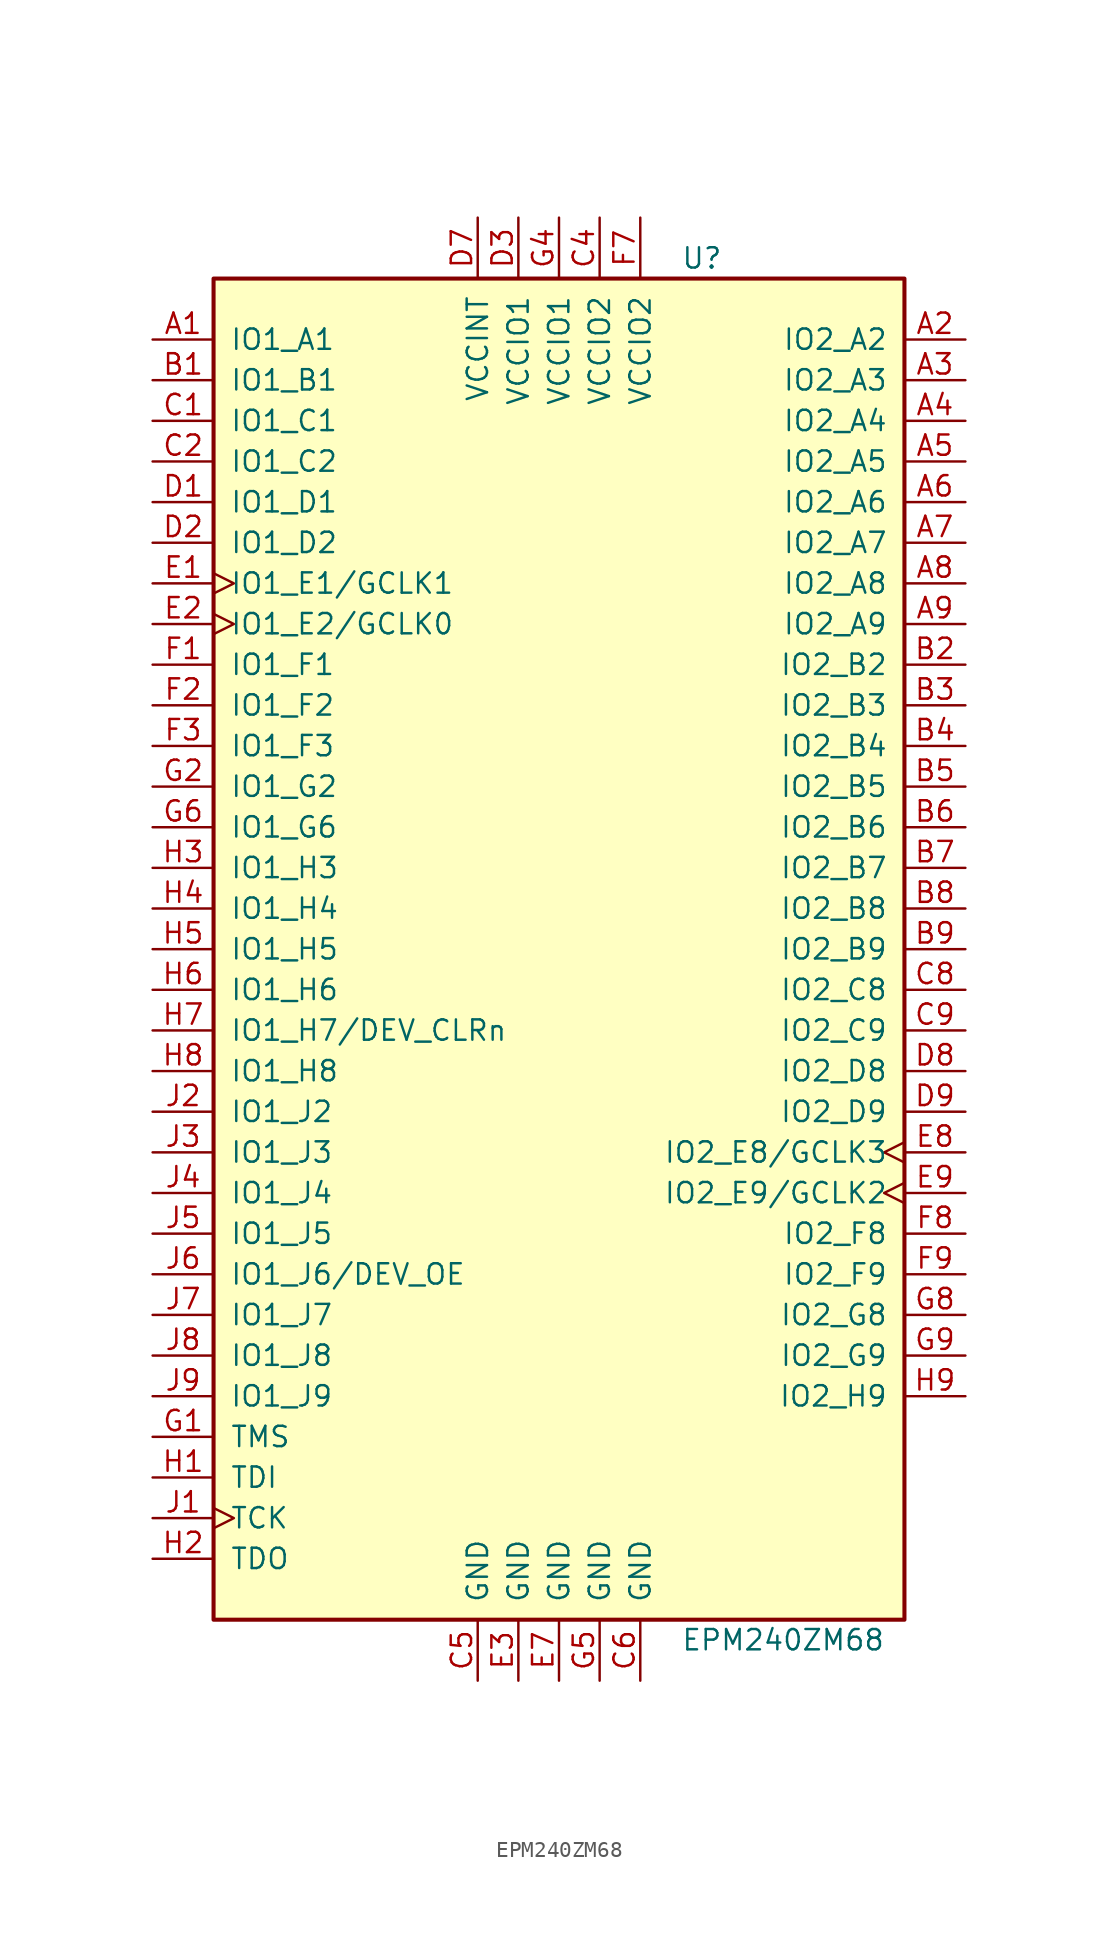
<source format=kicad_sym>
(kicad_symbol_lib
  (version 20201005)
  (generator kicad_symbol_editor)
  (symbol "CPLD_Altera:EPM240ZM68"
    (pin_names
      (offset 1.016))
    (property "Reference" "U"
      (at 7.62 43.18 0)
      (effects (font (size 1.27 1.27)) (justify left)))
    (property "Value" "EPM240ZM68"
      (at 7.62 -43.18 0)
      (effects (font (size 1.27 1.27)) (justify left)))
    (property "ki_locked" ""
      (at 0 0 0)
      (effects (font (size 1.27 1.27))))
    (symbol "EPM240ZM68_1_1"
      (rectangle (start -21.59 41.91) (end 21.59 -41.91) (stroke (width 0.254)) (fill (type background)))
      (pin bidirectional line (at -25.4 38.1 0) (length 3.81) (name "IO1_A1" (effects (font (size 1.27 1.27)))) (number "A1" (effects (font (size 1.27 1.27)))))
      (pin bidirectional line (at 25.4 38.1 180) (length 3.81) (name "IO2_A2" (effects (font (size 1.27 1.27)))) (number "A2" (effects (font (size 1.27 1.27)))))
      (pin bidirectional line (at 25.4 35.56 180) (length 3.81) (name "IO2_A3" (effects (font (size 1.27 1.27)))) (number "A3" (effects (font (size 1.27 1.27)))))
      (pin bidirectional line (at 25.4 33.02 180) (length 3.81) (name "IO2_A4" (effects (font (size 1.27 1.27)))) (number "A4" (effects (font (size 1.27 1.27)))))
      (pin bidirectional line (at 25.4 30.48 180) (length 3.81) (name "IO2_A5" (effects (font (size 1.27 1.27)))) (number "A5" (effects (font (size 1.27 1.27)))))
      (pin bidirectional line (at 25.4 27.94 180) (length 3.81) (name "IO2_A6" (effects (font (size 1.27 1.27)))) (number "A6" (effects (font (size 1.27 1.27)))))
      (pin bidirectional line (at 25.4 25.4 180) (length 3.81) (name "IO2_A7" (effects (font (size 1.27 1.27)))) (number "A7" (effects (font (size 1.27 1.27)))))
      (pin bidirectional line (at 25.4 22.86 180) (length 3.81) (name "IO2_A8" (effects (font (size 1.27 1.27)))) (number "A8" (effects (font (size 1.27 1.27)))))
      (pin bidirectional line (at 25.4 20.32 180) (length 3.81) (name "IO2_A9" (effects (font (size 1.27 1.27)))) (number "A9" (effects (font (size 1.27 1.27)))))
      (pin bidirectional line (at -25.4 35.56 0) (length 3.81) (name "IO1_B1" (effects (font (size 1.27 1.27)))) (number "B1" (effects (font (size 1.27 1.27)))))
      (pin bidirectional line (at 25.4 17.78 180) (length 3.81) (name "IO2_B2" (effects (font (size 1.27 1.27)))) (number "B2" (effects (font (size 1.27 1.27)))))
      (pin bidirectional line (at 25.4 15.24 180) (length 3.81) (name "IO2_B3" (effects (font (size 1.27 1.27)))) (number "B3" (effects (font (size 1.27 1.27)))))
      (pin bidirectional line (at 25.4 12.7 180) (length 3.81) (name "IO2_B4" (effects (font (size 1.27 1.27)))) (number "B4" (effects (font (size 1.27 1.27)))))
      (pin bidirectional line (at 25.4 10.16 180) (length 3.81) (name "IO2_B5" (effects (font (size 1.27 1.27)))) (number "B5" (effects (font (size 1.27 1.27)))))
      (pin bidirectional line (at 25.4 7.62 180) (length 3.81) (name "IO2_B6" (effects (font (size 1.27 1.27)))) (number "B6" (effects (font (size 1.27 1.27)))))
      (pin bidirectional line (at 25.4 5.08 180) (length 3.81) (name "IO2_B7" (effects (font (size 1.27 1.27)))) (number "B7" (effects (font (size 1.27 1.27)))))
      (pin bidirectional line (at 25.4 2.54 180) (length 3.81) (name "IO2_B8" (effects (font (size 1.27 1.27)))) (number "B8" (effects (font (size 1.27 1.27)))))
      (pin bidirectional line (at 25.4 0 180) (length 3.81) (name "IO2_B9" (effects (font (size 1.27 1.27)))) (number "B9" (effects (font (size 1.27 1.27)))))
      (pin bidirectional line (at -25.4 33.02 0) (length 3.81) (name "IO1_C1" (effects (font (size 1.27 1.27)))) (number "C1" (effects (font (size 1.27 1.27)))))
      (pin bidirectional line (at -25.4 30.48 0) (length 3.81) (name "IO1_C2" (effects (font (size 1.27 1.27)))) (number "C2" (effects (font (size 1.27 1.27)))))
      (pin bidirectional line (at 25.4 -2.54 180) (length 3.81) (name "IO2_C8" (effects (font (size 1.27 1.27)))) (number "C8" (effects (font (size 1.27 1.27)))))
      (pin bidirectional line (at 25.4 -5.08 180) (length 3.81) (name "IO2_C9" (effects (font (size 1.27 1.27)))) (number "C9" (effects (font (size 1.27 1.27)))))
      (pin bidirectional line (at -25.4 27.94 0) (length 3.81) (name "IO1_D1" (effects (font (size 1.27 1.27)))) (number "D1" (effects (font (size 1.27 1.27)))))
      (pin bidirectional line (at -25.4 25.4 0) (length 3.81) (name "IO1_D2" (effects (font (size 1.27 1.27)))) (number "D2" (effects (font (size 1.27 1.27)))))
      (pin bidirectional line (at 25.4 -7.62 180) (length 3.81) (name "IO2_D8" (effects (font (size 1.27 1.27)))) (number "D8" (effects (font (size 1.27 1.27)))))
      (pin bidirectional line (at 25.4 -10.16 180) (length 3.81) (name "IO2_D9" (effects (font (size 1.27 1.27)))) (number "D9" (effects (font (size 1.27 1.27)))))
      (pin bidirectional clock (at -25.4 22.86 0) (length 3.81) (name "IO1_E1/GCLK1" (effects (font (size 1.27 1.27)))) (number "E1" (effects (font (size 1.27 1.27)))))
      (pin bidirectional clock (at -25.4 20.32 0) (length 3.81) (name "IO1_E2/GCLK0" (effects (font (size 1.27 1.27)))) (number "E2" (effects (font (size 1.27 1.27)))))
      (pin bidirectional clock (at 25.4 -12.7 180) (length 3.81) (name "IO2_E8/GCLK3" (effects (font (size 1.27 1.27)))) (number "E8" (effects (font (size 1.27 1.27)))))
      (pin bidirectional clock (at 25.4 -15.24 180) (length 3.81) (name "IO2_E9/GCLK2" (effects (font (size 1.27 1.27)))) (number "E9" (effects (font (size 1.27 1.27)))))
      (pin bidirectional line (at -25.4 17.78 0) (length 3.81) (name "IO1_F1" (effects (font (size 1.27 1.27)))) (number "F1" (effects (font (size 1.27 1.27)))))
      (pin bidirectional line (at -25.4 15.24 0) (length 3.81) (name "IO1_F2" (effects (font (size 1.27 1.27)))) (number "F2" (effects (font (size 1.27 1.27)))))
      (pin bidirectional line (at -25.4 12.7 0) (length 3.81) (name "IO1_F3" (effects (font (size 1.27 1.27)))) (number "F3" (effects (font (size 1.27 1.27)))))
      (pin bidirectional line (at 25.4 -17.78 180) (length 3.81) (name "IO2_F8" (effects (font (size 1.27 1.27)))) (number "F8" (effects (font (size 1.27 1.27)))))
      (pin bidirectional line (at 25.4 -20.32 180) (length 3.81) (name "IO2_F9" (effects (font (size 1.27 1.27)))) (number "F9" (effects (font (size 1.27 1.27)))))
      (pin bidirectional line (at -25.4 10.16 0) (length 3.81) (name "IO1_G2" (effects (font (size 1.27 1.27)))) (number "G2" (effects (font (size 1.27 1.27)))))
      (pin bidirectional line (at -25.4 7.62 0) (length 3.81) (name "IO1_G6" (effects (font (size 1.27 1.27)))) (number "G6" (effects (font (size 1.27 1.27)))))
      (pin bidirectional line (at 25.4 -22.86 180) (length 3.81) (name "IO2_G8" (effects (font (size 1.27 1.27)))) (number "G8" (effects (font (size 1.27 1.27)))))
      (pin bidirectional line (at 25.4 -25.4 180) (length 3.81) (name "IO2_G9" (effects (font (size 1.27 1.27)))) (number "G9" (effects (font (size 1.27 1.27)))))
      (pin bidirectional line (at -25.4 5.08 0) (length 3.81) (name "IO1_H3" (effects (font (size 1.27 1.27)))) (number "H3" (effects (font (size 1.27 1.27)))))
      (pin bidirectional line (at -25.4 2.54 0) (length 3.81) (name "IO1_H4" (effects (font (size 1.27 1.27)))) (number "H4" (effects (font (size 1.27 1.27)))))
      (pin bidirectional line (at -25.4 0 0) (length 3.81) (name "IO1_H5" (effects (font (size 1.27 1.27)))) (number "H5" (effects (font (size 1.27 1.27)))))
      (pin bidirectional line (at -25.4 -2.54 0) (length 3.81) (name "IO1_H6" (effects (font (size 1.27 1.27)))) (number "H6" (effects (font (size 1.27 1.27)))))
      (pin bidirectional line (at -25.4 -5.08 0) (length 3.81) (name "IO1_H7/DEV_CLRn" (effects (font (size 1.27 1.27)))) (number "H7" (effects (font (size 1.27 1.27)))))
      (pin bidirectional line (at -25.4 -7.62 0) (length 3.81) (name "IO1_H8" (effects (font (size 1.27 1.27)))) (number "H8" (effects (font (size 1.27 1.27)))))
      (pin bidirectional line (at 25.4 -27.94 180) (length 3.81) (name "IO2_H9" (effects (font (size 1.27 1.27)))) (number "H9" (effects (font (size 1.27 1.27)))))
      (pin bidirectional line (at -25.4 -10.16 0) (length 3.81) (name "IO1_J2" (effects (font (size 1.27 1.27)))) (number "J2" (effects (font (size 1.27 1.27)))))
      (pin bidirectional line (at -25.4 -12.7 0) (length 3.81) (name "IO1_J3" (effects (font (size 1.27 1.27)))) (number "J3" (effects (font (size 1.27 1.27)))))
      (pin bidirectional line (at -25.4 -15.24 0) (length 3.81) (name "IO1_J4" (effects (font (size 1.27 1.27)))) (number "J4" (effects (font (size 1.27 1.27)))))
      (pin bidirectional line (at -25.4 -17.78 0) (length 3.81) (name "IO1_J5" (effects (font (size 1.27 1.27)))) (number "J5" (effects (font (size 1.27 1.27)))))
      (pin bidirectional line (at -25.4 -20.32 0) (length 3.81) (name "IO1_J6/DEV_OE" (effects (font (size 1.27 1.27)))) (number "J6" (effects (font (size 1.27 1.27)))))
      (pin bidirectional line (at -25.4 -22.86 0) (length 3.81) (name "IO1_J7" (effects (font (size 1.27 1.27)))) (number "J7" (effects (font (size 1.27 1.27)))))
      (pin bidirectional line (at -25.4 -25.4 0) (length 3.81) (name "IO1_J8" (effects (font (size 1.27 1.27)))) (number "J8" (effects (font (size 1.27 1.27)))))
      (pin bidirectional line (at -25.4 -27.94 0) (length 3.81) (name "IO1_J9" (effects (font (size 1.27 1.27)))) (number "J9" (effects (font (size 1.27 1.27)))))
      (pin input line (at -25.4 -30.48 0) (length 3.81) (name "TMS" (effects (font (size 1.27 1.27)))) (number "G1" (effects (font (size 1.27 1.27)))))
      (pin input line (at -25.4 -33.02 0) (length 3.81) (name "TDI" (effects (font (size 1.27 1.27)))) (number "H1" (effects (font (size 1.27 1.27)))))
      (pin input clock (at -25.4 -35.56 0) (length 3.81) (name "TCK" (effects (font (size 1.27 1.27)))) (number "J1" (effects (font (size 1.27 1.27)))))
      (pin output line (at -25.4 -38.1 0) (length 3.81) (name "TDO" (effects (font (size 1.27 1.27)))) (number "H2" (effects (font (size 1.27 1.27)))))
      (pin power_in line (at -5.08 -45.72 90) (length 3.81) (name "GND" (effects (font (size 1.27 1.27)))) (number "C5" (effects (font (size 1.27 1.27)))))
      (pin power_in line (at -2.54 -45.72 90) (length 3.81) (name "GND" (effects (font (size 1.27 1.27)))) (number "E3" (effects (font (size 1.27 1.27)))))
      (pin power_in line (at 0 -45.72 90) (length 3.81) (name "GND" (effects (font (size 1.27 1.27)))) (number "E7" (effects (font (size 1.27 1.27)))))
      (pin power_in line (at 2.54 -45.72 90) (length 3.81) (name "GND" (effects (font (size 1.27 1.27)))) (number "G5" (effects (font (size 1.27 1.27)))))
      (pin power_in line (at 5.08 -45.72 90) (length 3.81) (name "GND" (effects (font (size 1.27 1.27)))) (number "C6" (effects (font (size 1.27 1.27)))))
      (pin power_in line (at -5.08 45.72 270) (length 3.81) (name "VCCINT" (effects (font (size 1.27 1.27)))) (number "D7" (effects (font (size 1.27 1.27)))))
      (pin power_in line (at -2.54 45.72 270) (length 3.81) (name "VCCIO1" (effects (font (size 1.27 1.27)))) (number "D3" (effects (font (size 1.27 1.27)))))
      (pin power_in line (at 0 45.72 270) (length 3.81) (name "VCCIO1" (effects (font (size 1.27 1.27)))) (number "G4" (effects (font (size 1.27 1.27)))))
      (pin power_in line (at 2.54 45.72 270) (length 3.81) (name "VCCIO2" (effects (font (size 1.27 1.27)))) (number "C4" (effects (font (size 1.27 1.27)))))
      (pin power_in line (at 5.08 45.72 270) (length 3.81) (name "VCCIO2" (effects (font (size 1.27 1.27)))) (number "F7" (effects (font (size 1.27 1.27))))))))
</source>
